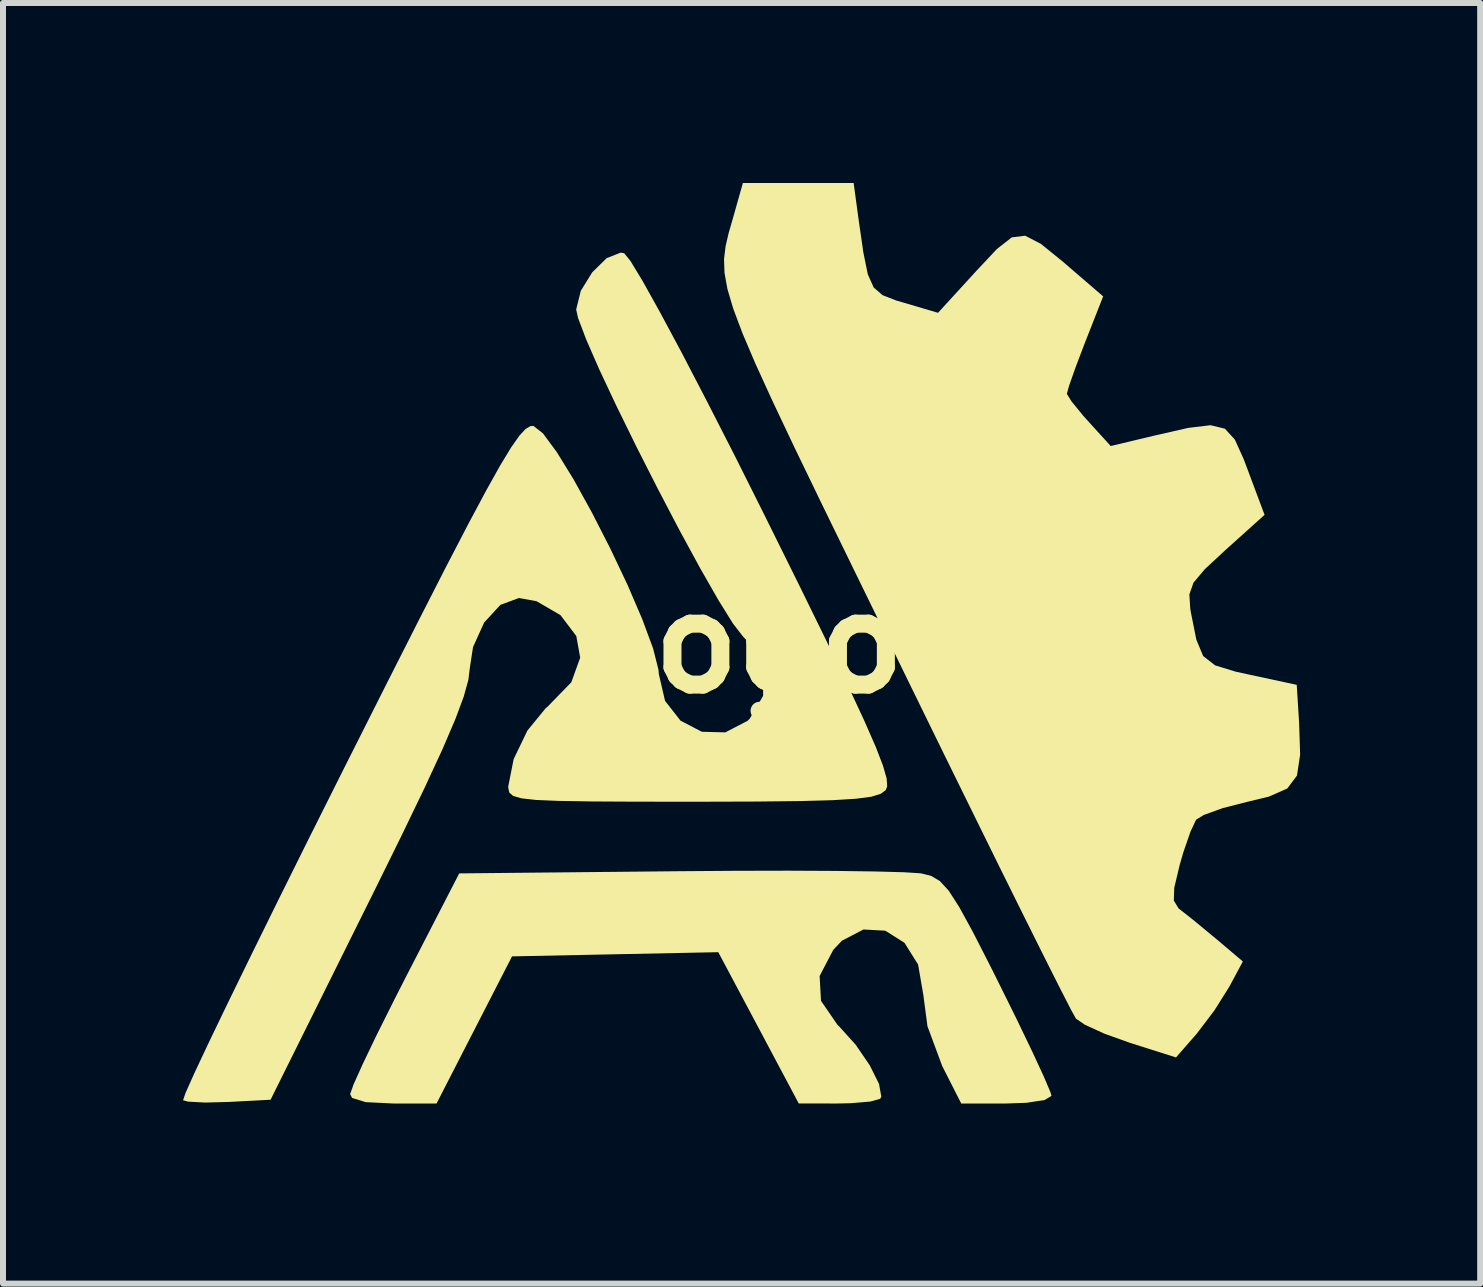
<source format=kicad_pcb>
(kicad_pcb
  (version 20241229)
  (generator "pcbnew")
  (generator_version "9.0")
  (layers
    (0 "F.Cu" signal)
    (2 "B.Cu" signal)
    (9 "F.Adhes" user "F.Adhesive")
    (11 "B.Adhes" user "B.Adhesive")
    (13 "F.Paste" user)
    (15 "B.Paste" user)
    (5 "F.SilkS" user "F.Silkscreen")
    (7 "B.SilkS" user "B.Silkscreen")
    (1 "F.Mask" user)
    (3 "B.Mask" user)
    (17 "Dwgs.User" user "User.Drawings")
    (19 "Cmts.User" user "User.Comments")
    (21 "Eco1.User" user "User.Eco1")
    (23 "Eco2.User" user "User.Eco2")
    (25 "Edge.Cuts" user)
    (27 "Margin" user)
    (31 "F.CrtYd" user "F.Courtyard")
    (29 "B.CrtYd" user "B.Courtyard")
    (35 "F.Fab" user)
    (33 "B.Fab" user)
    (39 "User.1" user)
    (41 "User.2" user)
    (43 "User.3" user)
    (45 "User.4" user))
  (footprint "Logo"
    (layer "F.Cu")
    (at 9.318 7.67)
    (property "Reference" "Logo" (at 0 0 0) (layer "F.SilkS") (effects (font (size 1.524 1.524) (thickness 0.3))))
    (attr board_only exclude_from_pos_files exclude_from_bom)
    (fp_poly (pts (xy 1.563 3.794) (xy 2.215 3.803) (xy 2.695 3.816) (xy 2.965 3.833) (xy 2.989 3.836) (xy 3.152 3.878) (xy 3.295 3.963) (xy 3.442 4.123) (xy 3.617 4.395) (xy 3.845 4.811) (xy 4.15 5.408) (xy 4.277 5.663) (xy 4.579 6.273) (xy 4.836 6.808) (xy 5.029 7.225) (xy 5.138 7.483) (xy 5.155 7.543) (xy 5.04 7.612) (xy 4.738 7.658) (xy 4.403 7.67) (xy 3.651 7.67) (xy 3.334 7.046) (xy 3.088 6.382) (xy 3.018 5.851) (xy 2.932 5.354) (xy 2.705 4.992) (xy 2.386 4.79) (xy 2.022 4.77) (xy 1.662 4.957) (xy 1.518 5.11) (xy 1.291 5.545) (xy 1.314 5.959) (xy 1.588 6.358) (xy 1.62 6.389) (xy 1.893 6.692) (xy 2.126 7.033) (xy 2.281 7.344) (xy 2.319 7.556) (xy 2.3 7.591) (xy 2.139 7.637) (xy 1.813 7.665) (xy 1.582 7.67) (xy 0.943 7.669) (xy 0.273 6.409) (xy -0.398 5.148) (xy -2.117 5.183) (xy -3.835 5.218) (xy -5.093 7.67) (xy -5.816 7.67) (xy -6.274 7.647) (xy -6.501 7.577) (xy -6.533 7.513) (xy -6.476 7.352) (xy -6.322 7.01) (xy -6.092 6.53) (xy -5.804 5.954) (xy -5.622 5.596) (xy -4.715 3.835) (xy -1.069 3.799) (xy -0.115 3.792) (xy 0.774 3.79)) (stroke (width 0) (type solid)) (fill yes) (layer "F.SilkS"))
    (fp_poly (pts (xy 1.939 -7.073) (xy 2.02 -6.512) (xy 2.094 -6.148) (xy 2.192 -5.929) (xy 2.34 -5.801) (xy 2.569 -5.712) (xy 2.705 -5.672) (xy 3.264 -5.507) (xy 3.907 -6.21) (xy 4.245 -6.57) (xy 4.493 -6.764) (xy 4.716 -6.792) (xy 4.98 -6.655) (xy 5.351 -6.354) (xy 5.491 -6.233) (xy 6.016 -5.781) (xy 5.711 -5.005) (xy 5.557 -4.6) (xy 5.449 -4.294) (xy 5.411 -4.157) (xy 5.49 -4.029) (xy 5.685 -3.791) (xy 5.778 -3.687) (xy 6.142 -3.287) (xy 6.875 -3.462) (xy 7.433 -3.589) (xy 7.805 -3.634) (xy 8.045 -3.576) (xy 8.21 -3.395) (xy 8.357 -3.071) (xy 8.424 -2.893) (xy 8.706 -2.14) (xy 8.052 -1.552) (xy 7.709 -1.233) (xy 7.521 -1.009) (xy 7.453 -0.814) (xy 7.467 -0.583) (xy 7.478 -0.514) (xy 7.569 -0.06) (xy 7.682 0.212) (xy 7.881 0.368) (xy 8.227 0.474) (xy 8.462 0.525) (xy 9.242 0.693) (xy 9.281 1.313) (xy 9.299 1.855) (xy 9.246 2.205) (xy 9.085 2.42) (xy 8.78 2.555) (xy 8.428 2.64) (xy 8.01 2.747) (xy 7.694 2.861) (xy 7.565 2.94) (xy 7.472 3.138) (xy 7.353 3.482) (xy 7.291 3.696) (xy 7.201 4.074) (xy 7.194 4.289) (xy 7.273 4.418) (xy 7.313 4.45) (xy 7.525 4.617) (xy 7.825 4.865) (xy 7.923 4.946) (xy 8.344 5.303) (xy 8.118 5.724) (xy 7.871 6.117) (xy 7.58 6.501) (xy 7.561 6.523) (xy 7.23 6.902) (xy 6.46 6.658) (xy 6.039 6.507) (xy 5.711 6.357) (xy 5.563 6.256) (xy 5.485 6.116) (xy 5.308 5.771) (xy 5.042 5.243) (xy 4.698 4.553) (xy 4.287 3.724) (xy 3.82 2.776) (xy 3.307 1.732) (xy 2.759 0.612) (xy 2.522 0.126) (xy 1.874 -1.201) (xy 1.327 -2.322) (xy 0.874 -3.259) (xy 0.508 -4.032) (xy 0.22 -4.662) (xy 0.004 -5.17) (xy -0.149 -5.577) (xy -0.246 -5.905) (xy -0.294 -6.173) (xy -0.302 -6.404) (xy -0.276 -6.618) (xy -0.225 -6.836) (xy -0.155 -7.079) (xy -0.121 -7.199) (xy 0.012 -7.67) (xy 1.858 -7.67)) (stroke (width 0) (type solid)) (fill yes) (layer "F.SilkS"))
    (fp_poly (pts (xy -1.966 -6.5) (xy -1.861 -6.37) (xy -1.659 -6.037) (xy -1.372 -5.522) (xy -1.01 -4.847) (xy -0.588 -4.035) (xy -0.115 -3.109) (xy 0.395 -2.09) (xy 0.399 -2.081) (xy 0.957 -0.954) (xy 1.41 -0.029) (xy 1.766 0.712) (xy 2.035 1.29) (xy 2.226 1.726) (xy 2.347 2.04) (xy 2.408 2.253) (xy 2.417 2.385) (xy 2.392 2.448) (xy 2.309 2.509) (xy 2.154 2.557) (xy 1.897 2.591) (xy 1.51 2.615) (xy 0.962 2.63) (xy 0.225 2.638) (xy -0.732 2.641) (xy -0.833 2.641) (xy -1.787 2.64) (xy -2.52 2.636) (xy -3.06 2.627) (xy -3.437 2.611) (xy -3.679 2.584) (xy -3.817 2.544) (xy -3.88 2.489) (xy -3.897 2.416) (xy -3.898 2.385) (xy -3.808 1.931) (xy -3.579 1.455) (xy -3.274 1.082) (xy -3.242 1.056) (xy -2.847 0.65) (xy -2.699 0.24) (xy -2.764 -0.121) (xy -3.028 -0.469) (xy -3.427 -0.701) (xy -3.721 -0.754) (xy -4.029 -0.64) (xy -4.3 -0.345) (xy -4.485 0.063) (xy -4.537 0.403) (xy -4.563 0.612) (xy -4.641 0.892) (xy -4.781 1.268) (xy -4.994 1.765) (xy -5.292 2.409) (xy -5.685 3.223) (xy -6.183 4.234) (xy -6.204 4.275) (xy -7.859 7.607) (xy -8.555 7.644) (xy -8.95 7.654) (xy -9.231 7.639) (xy -9.318 7.616) (xy -9.276 7.494) (xy -9.131 7.169) (xy -8.893 6.663) (xy -8.573 5.998) (xy -8.181 5.195) (xy -7.728 4.275) (xy -7.224 3.26) (xy -6.679 2.172) (xy -6.565 1.945) (xy -5.921 0.666) (xy -5.379 -0.404) (xy -4.929 -1.285) (xy -4.561 -1.993) (xy -4.265 -2.547) (xy -4.032 -2.964) (xy -3.851 -3.262) (xy -3.713 -3.459) (xy -3.609 -3.572) (xy -3.527 -3.619) (xy -3.478 -3.622) (xy -3.319 -3.497) (xy -3.088 -3.184) (xy -2.808 -2.729) (xy -2.503 -2.177) (xy -2.195 -1.574) (xy -1.907 -0.966) (xy -1.663 -0.397) (xy -1.484 0.087) (xy -1.395 0.439) (xy -1.389 0.512) (xy -1.285 0.96) (xy -1.027 1.29) (xy -0.672 1.475) (xy -0.28 1.485) (xy 0.09 1.292) (xy 0.126 1.257) (xy 0.349 0.877) (xy 0.352 0.445) (xy 0.14 0.023) (xy 0.013 -0.114) (xy -0.152 -0.327) (xy -0.397 -0.721) (xy -0.701 -1.253) (xy -1.044 -1.883) (xy -1.404 -2.571) (xy -1.761 -3.274) (xy -2.093 -3.951) (xy -2.381 -4.563) (xy -2.601 -5.067) (xy -2.735 -5.422) (xy -2.766 -5.563) (xy -2.689 -5.873) (xy -2.499 -6.181) (xy -2.258 -6.418) (xy -2.025 -6.51)) (stroke (width 0) (type solid)) (fill yes) (layer "F.SilkS")))
  (gr_rect
    (start -3 -3)
    (end 21.617 18.341)
    (stroke (width 0.1) (type default))
    (fill no)
    (layer "Edge.Cuts")))
</source>
